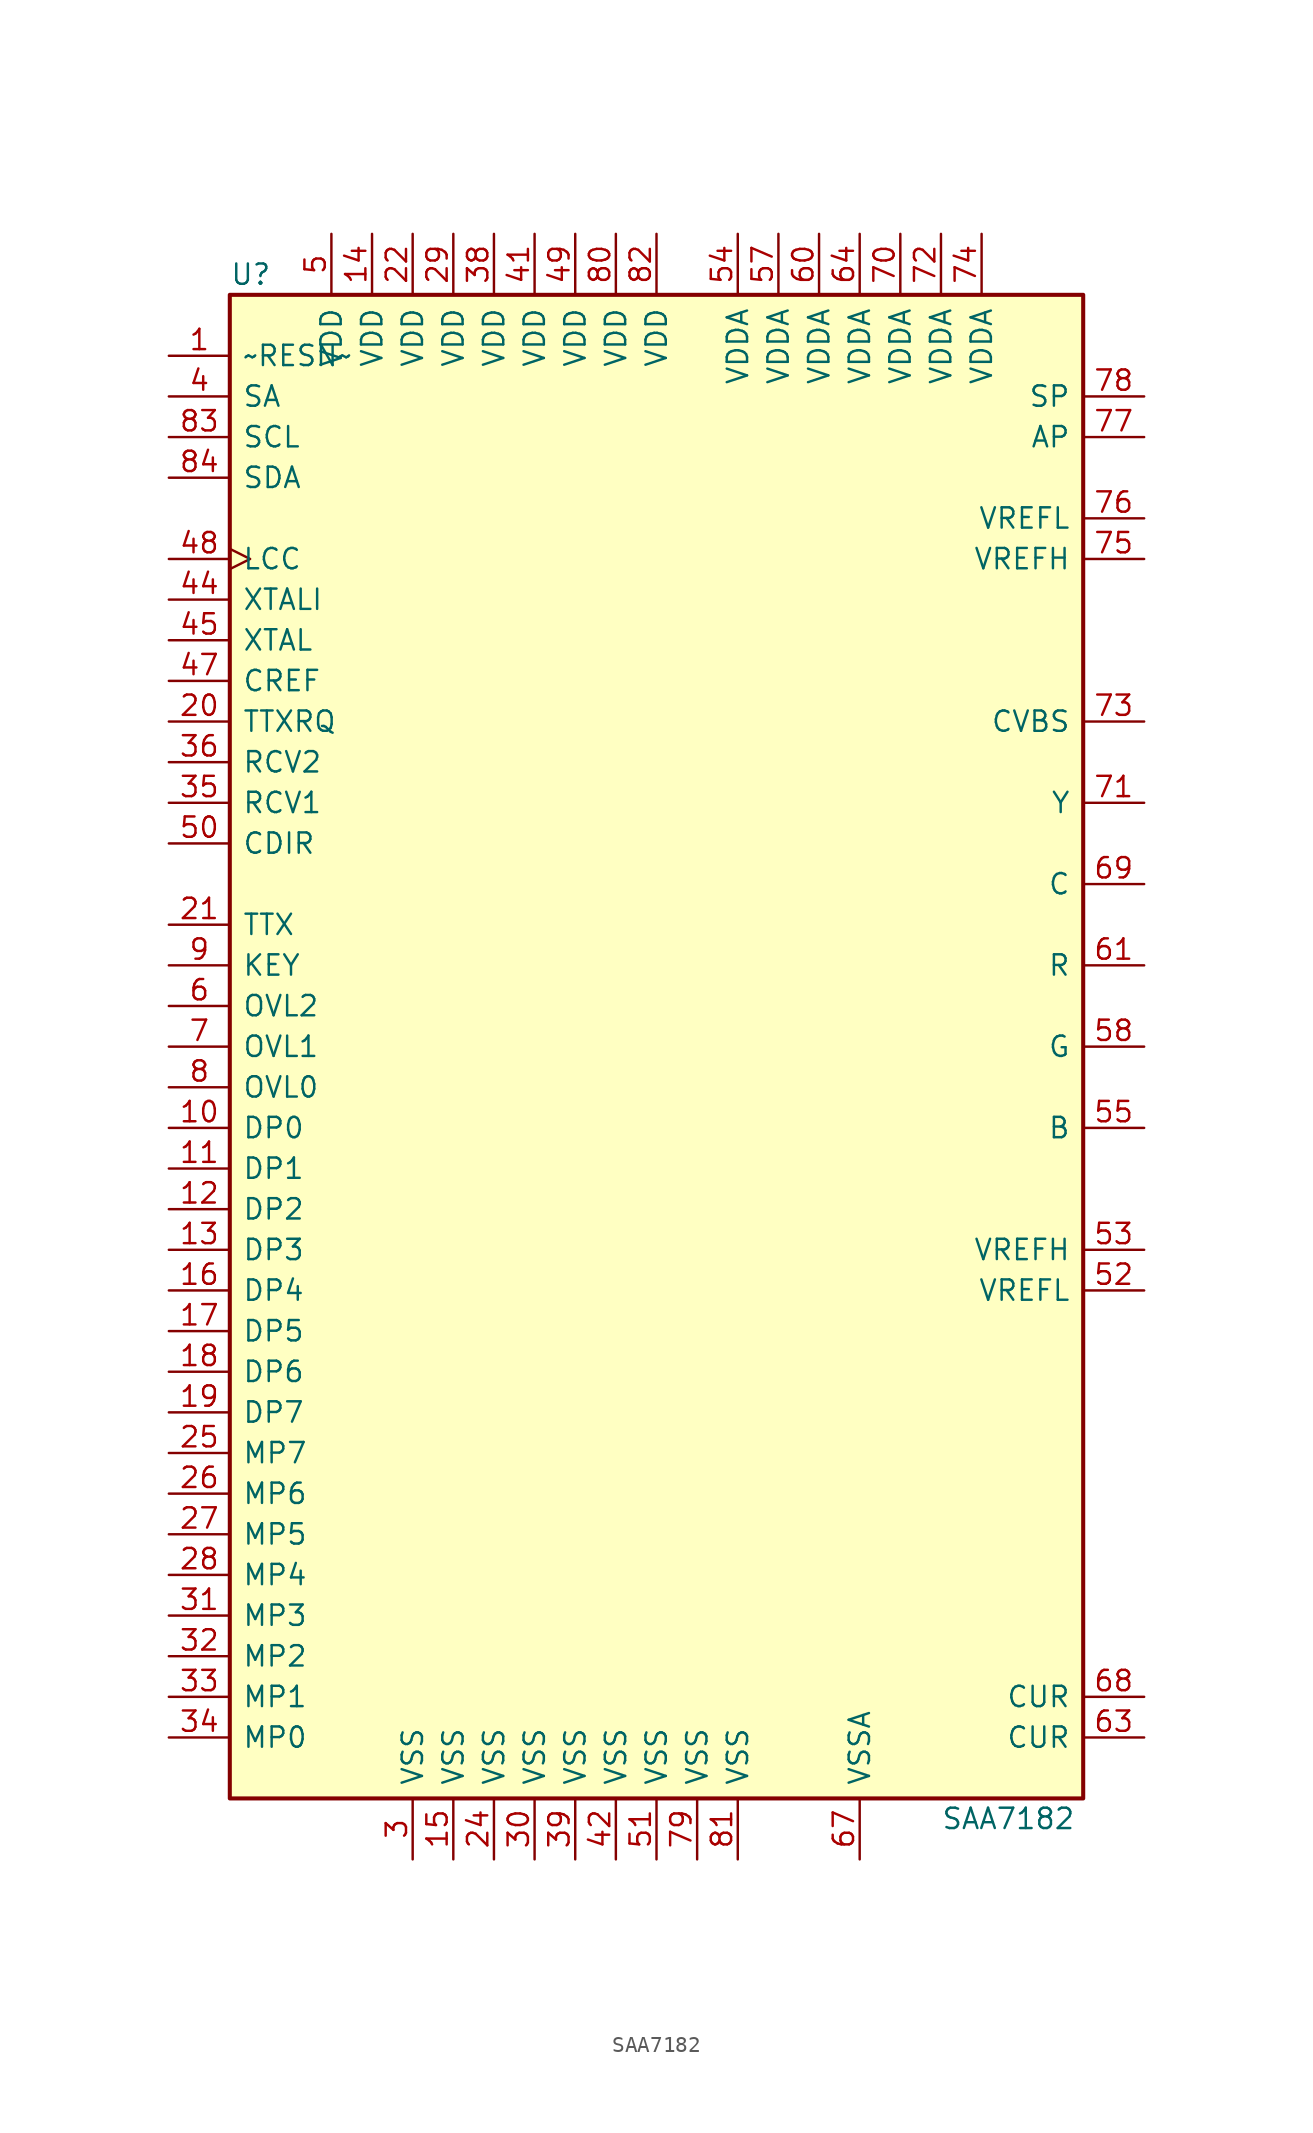
<source format=kicad_sym>
(kicad_symbol_lib
  (version 20210619)
  (generator kicad_symbol_editor)
  (symbol "Video:SAA7182"
    (pin_names
      (offset 0.762))
    (property "Reference" "U"
      (at -26.67 48.26 0)
      (effects (font (size 1.27 1.27)) (justify left)))
    (property "Value" "SAA7182"
      (at 17.78 -48.26 0)
      (effects (font (size 1.27 1.27)) (justify left)))
    (symbol "SAA7182_0_1"
      (rectangle (start -26.67 -46.99) (end 26.67 46.99) (stroke (width 0.254)) (fill (type background))))
    (symbol "SAA7182_1_1"
      (pin input line (at -30.48 43.18 0) (length 3.81) (name "~RESN~" (effects (font (size 1.27 1.27)))) (number "1" (effects (font (size 1.27 1.27)))))
      (pin input line (at -30.48 -5.08 0) (length 3.81) (name "DP0" (effects (font (size 1.27 1.27)))) (number "10" (effects (font (size 1.27 1.27)))))
      (pin input line (at -30.48 -7.62 0) (length 3.81) (name "DP1" (effects (font (size 1.27 1.27)))) (number "11" (effects (font (size 1.27 1.27)))))
      (pin input line (at -30.48 -10.16 0) (length 3.81) (name "DP2" (effects (font (size 1.27 1.27)))) (number "12" (effects (font (size 1.27 1.27)))))
      (pin input line (at -30.48 -12.7 0) (length 3.81) (name "DP3" (effects (font (size 1.27 1.27)))) (number "13" (effects (font (size 1.27 1.27)))))
      (pin power_in line (at -17.78 50.8 270) (length 3.81) (name "VDD" (effects (font (size 1.27 1.27)))) (number "14" (effects (font (size 1.27 1.27)))))
      (pin power_in line (at -12.7 -50.8 90) (length 3.81) (name "VSS" (effects (font (size 1.27 1.27)))) (number "15" (effects (font (size 1.27 1.27)))))
      (pin input line (at -30.48 -15.24 0) (length 3.81) (name "DP4" (effects (font (size 1.27 1.27)))) (number "16" (effects (font (size 1.27 1.27)))))
      (pin input line (at -30.48 -17.78 0) (length 3.81) (name "DP5" (effects (font (size 1.27 1.27)))) (number "17" (effects (font (size 1.27 1.27)))))
      (pin input line (at -30.48 -20.32 0) (length 3.81) (name "DP6" (effects (font (size 1.27 1.27)))) (number "18" (effects (font (size 1.27 1.27)))))
      (pin input line (at -30.48 -22.86 0) (length 3.81) (name "DP7" (effects (font (size 1.27 1.27)))) (number "19" (effects (font (size 1.27 1.27)))))
      (pin output line (at -30.48 20.32 0) (length 3.81) (name "TTXRQ" (effects (font (size 1.27 1.27)))) (number "20" (effects (font (size 1.27 1.27)))))
      (pin input line (at -30.48 7.62 0) (length 3.81) (name "TTX" (effects (font (size 1.27 1.27)))) (number "21" (effects (font (size 1.27 1.27)))))
      (pin power_in line (at -15.24 50.8 270) (length 3.81) (name "VDD" (effects (font (size 1.27 1.27)))) (number "22" (effects (font (size 1.27 1.27)))))
      (pin power_in line (at -10.16 -50.8 90) (length 3.81) (name "VSS" (effects (font (size 1.27 1.27)))) (number "24" (effects (font (size 1.27 1.27)))))
      (pin input line (at -30.48 -25.4 0) (length 3.81) (name "MP7" (effects (font (size 1.27 1.27)))) (number "25" (effects (font (size 1.27 1.27)))))
      (pin input line (at -30.48 -27.94 0) (length 3.81) (name "MP6" (effects (font (size 1.27 1.27)))) (number "26" (effects (font (size 1.27 1.27)))))
      (pin input line (at -30.48 -30.48 0) (length 3.81) (name "MP5" (effects (font (size 1.27 1.27)))) (number "27" (effects (font (size 1.27 1.27)))))
      (pin input line (at -30.48 -33.02 0) (length 3.81) (name "MP4" (effects (font (size 1.27 1.27)))) (number "28" (effects (font (size 1.27 1.27)))))
      (pin power_in line (at -12.7 50.8 270) (length 3.81) (name "VDD" (effects (font (size 1.27 1.27)))) (number "29" (effects (font (size 1.27 1.27)))))
      (pin power_in line (at -15.24 -50.8 90) (length 3.81) (name "VSS" (effects (font (size 1.27 1.27)))) (number "3" (effects (font (size 1.27 1.27)))))
      (pin power_in line (at -7.62 -50.8 90) (length 3.81) (name "VSS" (effects (font (size 1.27 1.27)))) (number "30" (effects (font (size 1.27 1.27)))))
      (pin input line (at -30.48 -35.56 0) (length 3.81) (name "MP3" (effects (font (size 1.27 1.27)))) (number "31" (effects (font (size 1.27 1.27)))))
      (pin input line (at -30.48 -38.1 0) (length 3.81) (name "MP2" (effects (font (size 1.27 1.27)))) (number "32" (effects (font (size 1.27 1.27)))))
      (pin input line (at -30.48 -40.64 0) (length 3.81) (name "MP1" (effects (font (size 1.27 1.27)))) (number "33" (effects (font (size 1.27 1.27)))))
      (pin input line (at -30.48 -43.18 0) (length 3.81) (name "MP0" (effects (font (size 1.27 1.27)))) (number "34" (effects (font (size 1.27 1.27)))))
      (pin bidirectional line (at -30.48 15.24 0) (length 3.81) (name "RCV1" (effects (font (size 1.27 1.27)))) (number "35" (effects (font (size 1.27 1.27)))))
      (pin bidirectional line (at -30.48 17.78 0) (length 3.81) (name "RCV2" (effects (font (size 1.27 1.27)))) (number "36" (effects (font (size 1.27 1.27)))))
      (pin power_in line (at -10.16 50.8 270) (length 3.81) (name "VDD" (effects (font (size 1.27 1.27)))) (number "38" (effects (font (size 1.27 1.27)))))
      (pin power_in line (at -5.08 -50.8 90) (length 3.81) (name "VSS" (effects (font (size 1.27 1.27)))) (number "39" (effects (font (size 1.27 1.27)))))
      (pin input line (at -30.48 40.64 0) (length 3.81) (name "SA" (effects (font (size 1.27 1.27)))) (number "4" (effects (font (size 1.27 1.27)))))
      (pin power_in line (at -7.62 50.8 270) (length 3.81) (name "VDD" (effects (font (size 1.27 1.27)))) (number "41" (effects (font (size 1.27 1.27)))))
      (pin power_in line (at -2.54 -50.8 90) (length 3.81) (name "VSS" (effects (font (size 1.27 1.27)))) (number "42" (effects (font (size 1.27 1.27)))))
      (pin input line (at -30.48 27.94 0) (length 3.81) (name "XTALI" (effects (font (size 1.27 1.27)))) (number "44" (effects (font (size 1.27 1.27)))))
      (pin output line (at -30.48 25.4 0) (length 3.81) (name "XTAL" (effects (font (size 1.27 1.27)))) (number "45" (effects (font (size 1.27 1.27)))))
      (pin bidirectional line (at -30.48 22.86 0) (length 3.81) (name "CREF" (effects (font (size 1.27 1.27)))) (number "47" (effects (font (size 1.27 1.27)))))
      (pin bidirectional clock (at -30.48 30.48 0) (length 3.81) (name "LCC" (effects (font (size 1.27 1.27)))) (number "48" (effects (font (size 1.27 1.27)))))
      (pin power_in line (at -5.08 50.8 270) (length 3.81) (name "VDD" (effects (font (size 1.27 1.27)))) (number "49" (effects (font (size 1.27 1.27)))))
      (pin power_in line (at -20.32 50.8 270) (length 3.81) (name "VDD" (effects (font (size 1.27 1.27)))) (number "5" (effects (font (size 1.27 1.27)))))
      (pin input line (at -30.48 12.7 0) (length 3.81) (name "CDIR" (effects (font (size 1.27 1.27)))) (number "50" (effects (font (size 1.27 1.27)))))
      (pin power_in line (at 0 -50.8 90) (length 3.81) (name "VSS" (effects (font (size 1.27 1.27)))) (number "51" (effects (font (size 1.27 1.27)))))
      (pin passive line (at 30.48 -15.24 180) (length 3.81) (name "VREFL" (effects (font (size 1.27 1.27)))) (number "52" (effects (font (size 1.27 1.27)))))
      (pin passive line (at 30.48 -12.7 180) (length 3.81) (name "VREFH" (effects (font (size 1.27 1.27)))) (number "53" (effects (font (size 1.27 1.27)))))
      (pin power_in line (at 5.08 50.8 270) (length 3.81) (name "VDDA" (effects (font (size 1.27 1.27)))) (number "54" (effects (font (size 1.27 1.27)))))
      (pin output line (at 30.48 -5.08 180) (length 3.81) (name "B" (effects (font (size 1.27 1.27)))) (number "55" (effects (font (size 1.27 1.27)))))
      (pin power_in line (at 7.62 50.8 270) (length 3.81) (name "VDDA" (effects (font (size 1.27 1.27)))) (number "57" (effects (font (size 1.27 1.27)))))
      (pin output line (at 30.48 0 180) (length 3.81) (name "G" (effects (font (size 1.27 1.27)))) (number "58" (effects (font (size 1.27 1.27)))))
      (pin input line (at -30.48 2.54 0) (length 3.81) (name "OVL2" (effects (font (size 1.27 1.27)))) (number "6" (effects (font (size 1.27 1.27)))))
      (pin power_in line (at 10.16 50.8 270) (length 3.81) (name "VDDA" (effects (font (size 1.27 1.27)))) (number "60" (effects (font (size 1.27 1.27)))))
      (pin output line (at 30.48 5.08 180) (length 3.81) (name "R" (effects (font (size 1.27 1.27)))) (number "61" (effects (font (size 1.27 1.27)))))
      (pin input line (at 30.48 -43.18 180) (length 3.81) (name "CUR" (effects (font (size 1.27 1.27)))) (number "63" (effects (font (size 1.27 1.27)))))
      (pin power_in line (at 12.7 50.8 270) (length 3.81) (name "VDDA" (effects (font (size 1.27 1.27)))) (number "64" (effects (font (size 1.27 1.27)))))
      (pin power_in line (at 12.7 -50.8 90) (length 3.81) (name "VSSA" (effects (font (size 1.27 1.27)))) (number "67" (effects (font (size 1.27 1.27)))))
      (pin input line (at 30.48 -40.64 180) (length 3.81) (name "CUR" (effects (font (size 1.27 1.27)))) (number "68" (effects (font (size 1.27 1.27)))))
      (pin output line (at 30.48 10.16 180) (length 3.81) (name "C" (effects (font (size 1.27 1.27)))) (number "69" (effects (font (size 1.27 1.27)))))
      (pin input line (at -30.48 0 0) (length 3.81) (name "OVL1" (effects (font (size 1.27 1.27)))) (number "7" (effects (font (size 1.27 1.27)))))
      (pin power_in line (at 15.24 50.8 270) (length 3.81) (name "VDDA" (effects (font (size 1.27 1.27)))) (number "70" (effects (font (size 1.27 1.27)))))
      (pin output line (at 30.48 15.24 180) (length 3.81) (name "Y" (effects (font (size 1.27 1.27)))) (number "71" (effects (font (size 1.27 1.27)))))
      (pin power_in line (at 17.78 50.8 270) (length 3.81) (name "VDDA" (effects (font (size 1.27 1.27)))) (number "72" (effects (font (size 1.27 1.27)))))
      (pin output line (at 30.48 20.32 180) (length 3.81) (name "CVBS" (effects (font (size 1.27 1.27)))) (number "73" (effects (font (size 1.27 1.27)))))
      (pin power_in line (at 20.32 50.8 270) (length 3.81) (name "VDDA" (effects (font (size 1.27 1.27)))) (number "74" (effects (font (size 1.27 1.27)))))
      (pin passive line (at 30.48 30.48 180) (length 3.81) (name "VREFH" (effects (font (size 1.27 1.27)))) (number "75" (effects (font (size 1.27 1.27)))))
      (pin passive line (at 30.48 33.02 180) (length 3.81) (name "VREFL" (effects (font (size 1.27 1.27)))) (number "76" (effects (font (size 1.27 1.27)))))
      (pin input line (at 30.48 38.1 180) (length 3.81) (name "AP" (effects (font (size 1.27 1.27)))) (number "77" (effects (font (size 1.27 1.27)))))
      (pin input line (at 30.48 40.64 180) (length 3.81) (name "SP" (effects (font (size 1.27 1.27)))) (number "78" (effects (font (size 1.27 1.27)))))
      (pin power_in line (at 2.54 -50.8 90) (length 3.81) (name "VSS" (effects (font (size 1.27 1.27)))) (number "79" (effects (font (size 1.27 1.27)))))
      (pin input line (at -30.48 -2.54 0) (length 3.81) (name "OVL0" (effects (font (size 1.27 1.27)))) (number "8" (effects (font (size 1.27 1.27)))))
      (pin power_in line (at -2.54 50.8 270) (length 3.81) (name "VDD" (effects (font (size 1.27 1.27)))) (number "80" (effects (font (size 1.27 1.27)))))
      (pin power_in line (at 5.08 -50.8 90) (length 3.81) (name "VSS" (effects (font (size 1.27 1.27)))) (number "81" (effects (font (size 1.27 1.27)))))
      (pin power_in line (at 0 50.8 270) (length 3.81) (name "VDD" (effects (font (size 1.27 1.27)))) (number "82" (effects (font (size 1.27 1.27)))))
      (pin input line (at -30.48 38.1 0) (length 3.81) (name "SCL" (effects (font (size 1.27 1.27)))) (number "83" (effects (font (size 1.27 1.27)))))
      (pin bidirectional line (at -30.48 35.56 0) (length 3.81) (name "SDA" (effects (font (size 1.27 1.27)))) (number "84" (effects (font (size 1.27 1.27)))))
      (pin input line (at -30.48 5.08 0) (length 3.81) (name "KEY" (effects (font (size 1.27 1.27)))) (number "9" (effects (font (size 1.27 1.27))))))))
</source>
